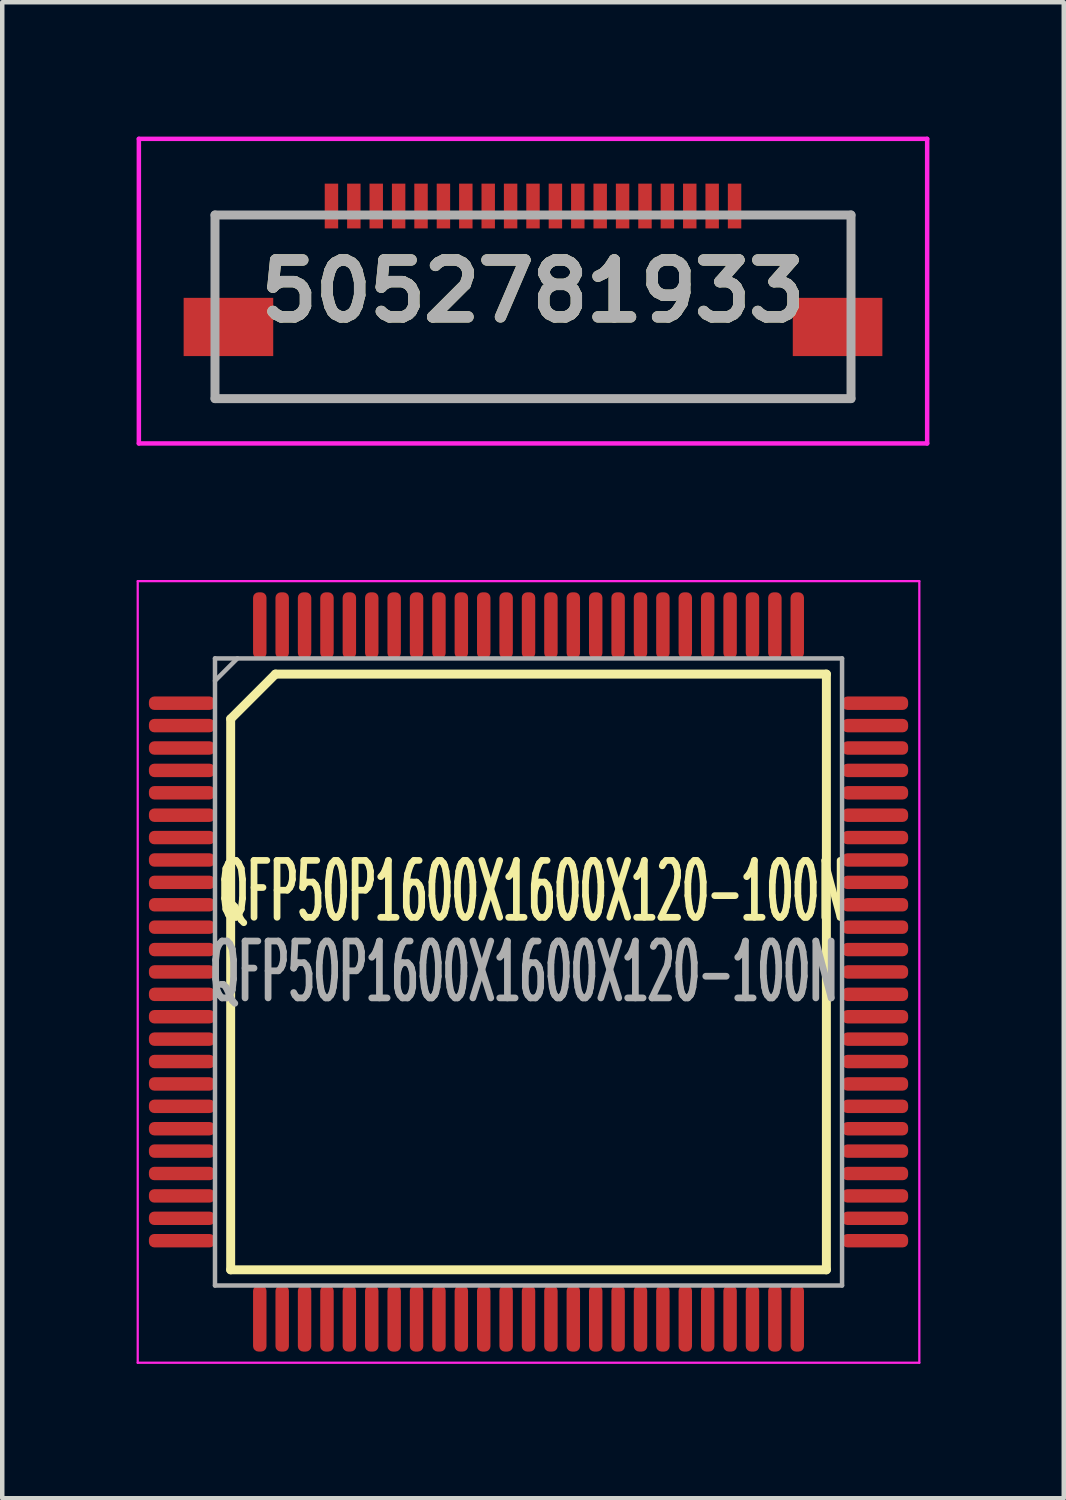
<source format=kicad_pcb>
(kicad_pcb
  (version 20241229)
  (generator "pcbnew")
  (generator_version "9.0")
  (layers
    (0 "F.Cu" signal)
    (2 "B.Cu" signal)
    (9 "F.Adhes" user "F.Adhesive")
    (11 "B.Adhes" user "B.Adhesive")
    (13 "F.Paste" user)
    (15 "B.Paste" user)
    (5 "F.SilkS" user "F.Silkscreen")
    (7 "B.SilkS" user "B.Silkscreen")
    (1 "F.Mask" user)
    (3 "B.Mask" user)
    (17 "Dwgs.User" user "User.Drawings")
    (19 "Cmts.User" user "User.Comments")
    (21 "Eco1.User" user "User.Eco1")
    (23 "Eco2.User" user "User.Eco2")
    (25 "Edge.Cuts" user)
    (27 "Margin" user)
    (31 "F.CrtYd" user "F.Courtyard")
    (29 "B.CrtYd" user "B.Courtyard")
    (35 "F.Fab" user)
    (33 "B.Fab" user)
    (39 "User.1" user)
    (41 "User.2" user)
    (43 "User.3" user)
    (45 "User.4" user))
  (footprint "5052781933"
    (layer "F.Cu")
    (at 8.85 3.7)
    (property "Reference" "5052781933" (at 0 -0.25 0) (layer "F.SilkS") (effects (font (size 1.27 1.27) (thickness 0.254))))
    (attr smd)
    (fp_line (start -7.1 -1.95) (end -5.5 -1.95) (stroke (width 0.1) (type solid)) (layer "F.SilkS"))
    (fp_line (start -7.1 -0.45) (end -7.1 -1.95) (stroke (width 0.1) (type solid)) (layer "F.SilkS"))
    (fp_line (start -7.1 2.15) (end -7.1 1.55) (stroke (width 0.1) (type solid)) (layer "F.SilkS"))
    (fp_line (start 5.5 -1.95) (end 7.1 -1.95) (stroke (width 0.1) (type solid)) (layer "F.SilkS"))
    (fp_line (start 7.1 -1.95) (end 7.1 -0.45) (stroke (width 0.1) (type solid)) (layer "F.SilkS"))
    (fp_line (start 7.1 1.55) (end 7.1 2.15) (stroke (width 0.1) (type solid)) (layer "F.SilkS"))
    (fp_line (start 7.1 2.15) (end -7.1 2.15) (stroke (width 0.1) (type solid)) (layer "F.SilkS"))
    (fp_line (start -8.8 -3.65) (end 8.8 -3.65) (stroke (width 0.1) (type solid)) (layer "F.CrtYd"))
    (fp_line (start -8.8 3.15) (end -8.8 -3.65) (stroke (width 0.1) (type solid)) (layer "F.CrtYd"))
    (fp_line (start 8.8 -3.65) (end 8.8 3.15) (stroke (width 0.1) (type solid)) (layer "F.CrtYd"))
    (fp_line (start 8.8 3.15) (end -8.8 3.15) (stroke (width 0.1) (type solid)) (layer "F.CrtYd"))
    (fp_line (start -7.1 -1.95) (end 7.1 -1.95) (stroke (width 0.2) (type solid)) (layer "F.Fab"))
    (fp_line (start -7.1 2.15) (end -7.1 -1.95) (stroke (width 0.2) (type solid)) (layer "F.Fab"))
    (fp_line (start 7.1 -1.95) (end 7.1 2.15) (stroke (width 0.2) (type solid)) (layer "F.Fab"))
    (fp_line (start 7.1 2.15) (end -7.1 2.15) (stroke (width 0.2) (type solid)) (layer "F.Fab"))
    (fp_text user "${REFERENCE}" (at 0 -0.25 0) (layer "F.Fab") (effects (font (size 1.27 1.27) (thickness 0.254))))
    (pad "1" smd rect (at -4.5 -2.15) (size 0.3 1) (layers "F.Cu" "F.Mask" "F.Paste"))
    (pad "2" smd rect (at -4 -2.15) (size 0.3 1) (layers "F.Cu" "F.Mask" "F.Paste"))
    (pad "3" smd rect (at -3.5 -2.15) (size 0.3 1) (layers "F.Cu" "F.Mask" "F.Paste"))
    (pad "4" smd rect (at -3 -2.15) (size 0.3 1) (layers "F.Cu" "F.Mask" "F.Paste"))
    (pad "5" smd rect (at -2.5 -2.15) (size 0.3 1) (layers "F.Cu" "F.Mask" "F.Paste"))
    (pad "6" smd rect (at -2 -2.15) (size 0.3 1) (layers "F.Cu" "F.Mask" "F.Paste"))
    (pad "7" smd rect (at -1.5 -2.15) (size 0.3 1) (layers "F.Cu" "F.Mask" "F.Paste"))
    (pad "8" smd rect (at -1 -2.15) (size 0.3 1) (layers "F.Cu" "F.Mask" "F.Paste"))
    (pad "9" smd rect (at -0.5 -2.15) (size 0.3 1) (layers "F.Cu" "F.Mask" "F.Paste"))
    (pad "10" smd rect (at 0 -2.15) (size 0.3 1) (layers "F.Cu" "F.Mask" "F.Paste"))
    (pad "11" smd rect (at 0.5 -2.15) (size 0.3 1) (layers "F.Cu" "F.Mask" "F.Paste"))
    (pad "12" smd rect (at 1 -2.15) (size 0.3 1) (layers "F.Cu" "F.Mask" "F.Paste"))
    (pad "13" smd rect (at 1.5 -2.15) (size 0.3 1) (layers "F.Cu" "F.Mask" "F.Paste"))
    (pad "14" smd rect (at 2 -2.15) (size 0.3 1) (layers "F.Cu" "F.Mask" "F.Paste"))
    (pad "15" smd rect (at 2.5 -2.15) (size 0.3 1) (layers "F.Cu" "F.Mask" "F.Paste"))
    (pad "16" smd rect (at 3 -2.15) (size 0.3 1) (layers "F.Cu" "F.Mask" "F.Paste"))
    (pad "17" smd rect (at 3.5 -2.15) (size 0.3 1) (layers "F.Cu" "F.Mask" "F.Paste"))
    (pad "18" smd rect (at 4 -2.15) (size 0.3 1) (layers "F.Cu" "F.Mask" "F.Paste"))
    (pad "19" smd rect (at 4.5 -2.15) (size 0.3 1) (layers "F.Cu" "F.Mask" "F.Paste"))
    (pad "MP1" smd rect (at -6.8 0.55 90) (size 1.3 2) (layers "F.Cu" "F.Mask" "F.Paste"))
    (pad "MP2" smd rect (at 6.8 0.55 90) (size 1.3 2) (layers "F.Cu" "F.Mask" "F.Paste")))
  (footprint "QFP50P1600X1600X120-100N"
    (layer "F.Cu")
    (at 8.75 18.65)
    (property "Reference" "QFP50P1600X1600X120-100N" (at 0.1 -1.8 180) (layer "F.SilkS") (effects (font (size 1.27 0.6) (thickness 0.15))))
    (attr smd)
    (fp_line (start -6.65 -5.65) (end -5.65 -6.65) (stroke (width 0.2) (type default)) (layer "F.SilkS"))
    (fp_line (start -6.65 6.65) (end -6.65 -5.65) (stroke (width 0.2) (type solid)) (layer "F.SilkS"))
    (fp_line (start 6.65 -6.65) (end -5.65 -6.65) (stroke (width 0.2) (type solid)) (layer "F.SilkS"))
    (fp_line (start 6.65 -6.65) (end 6.65 6.65) (stroke (width 0.2) (type solid)) (layer "F.SilkS"))
    (fp_line (start 6.65 6.65) (end -6.65 6.65) (stroke (width 0.2) (type solid)) (layer "F.SilkS"))
    (fp_line (start -8.725 -8.725) (end 8.725 -8.725) (stroke (width 0.05) (type solid)) (layer "F.CrtYd"))
    (fp_line (start -8.725 8.725) (end -8.725 -8.725) (stroke (width 0.05) (type solid)) (layer "F.CrtYd"))
    (fp_line (start 8.725 -8.725) (end 8.725 8.725) (stroke (width 0.05) (type solid)) (layer "F.CrtYd"))
    (fp_line (start 8.725 8.725) (end -8.725 8.725) (stroke (width 0.05) (type solid)) (layer "F.CrtYd"))
    (fp_line (start -7 -7) (end 7 -7) (stroke (width 0.1) (type solid)) (layer "F.Fab"))
    (fp_line (start -7 -6.5) (end -6.5 -7) (stroke (width 0.1) (type solid)) (layer "F.Fab"))
    (fp_line (start -7 7) (end -7 -7) (stroke (width 0.1) (type solid)) (layer "F.Fab"))
    (fp_line (start 7 -7) (end 7 7) (stroke (width 0.1) (type solid)) (layer "F.Fab"))
    (fp_line (start 7 7) (end -7 7) (stroke (width 0.1) (type solid)) (layer "F.Fab"))
    (fp_text user "${REFERENCE}" (at -0.1 0 180) (layer "F.Fab") (effects (font (size 1.27 0.6) (thickness 0.254))))
    (pad "1" smd roundrect (at -7.738 -6 90) (size 0.3 1.475) (layers "F.Cu" "F.Mask" "F.Paste") (roundrect_rratio 0.4))
    (pad "2" smd roundrect (at -7.738 -5.5 90) (size 0.3 1.475) (layers "F.Cu" "F.Mask" "F.Paste") (roundrect_rratio 0.4))
    (pad "3" smd roundrect (at -7.738 -5 90) (size 0.3 1.475) (layers "F.Cu" "F.Mask" "F.Paste") (roundrect_rratio 0.4))
    (pad "4" smd roundrect (at -7.738 -4.5 90) (size 0.3 1.475) (layers "F.Cu" "F.Mask" "F.Paste") (roundrect_rratio 0.4))
    (pad "5" smd roundrect (at -7.738 -4 90) (size 0.3 1.475) (layers "F.Cu" "F.Mask" "F.Paste") (roundrect_rratio 0.4))
    (pad "6" smd roundrect (at -7.738 -3.5 90) (size 0.3 1.475) (layers "F.Cu" "F.Mask" "F.Paste") (roundrect_rratio 0.4))
    (pad "7" smd roundrect (at -7.738 -3 90) (size 0.3 1.475) (layers "F.Cu" "F.Mask" "F.Paste") (roundrect_rratio 0.4))
    (pad "8" smd roundrect (at -7.738 -2.5 90) (size 0.3 1.475) (layers "F.Cu" "F.Mask" "F.Paste") (roundrect_rratio 0.4))
    (pad "9" smd roundrect (at -7.738 -2 90) (size 0.3 1.475) (layers "F.Cu" "F.Mask" "F.Paste") (roundrect_rratio 0.4))
    (pad "10" smd roundrect (at -7.738 -1.5 90) (size 0.3 1.475) (layers "F.Cu" "F.Mask" "F.Paste") (roundrect_rratio 0.4))
    (pad "11" smd roundrect (at -7.738 -1 90) (size 0.3 1.475) (layers "F.Cu" "F.Mask" "F.Paste") (roundrect_rratio 0.4))
    (pad "12" smd roundrect (at -7.738 -0.5 90) (size 0.3 1.475) (layers "F.Cu" "F.Mask" "F.Paste") (roundrect_rratio 0.4))
    (pad "13" smd roundrect (at -7.738 0 90) (size 0.3 1.475) (layers "F.Cu" "F.Mask" "F.Paste") (roundrect_rratio 0.4))
    (pad "14" smd roundrect (at -7.738 0.5 90) (size 0.3 1.475) (layers "F.Cu" "F.Mask" "F.Paste") (roundrect_rratio 0.4))
    (pad "15" smd roundrect (at -7.738 1 90) (size 0.3 1.475) (layers "F.Cu" "F.Mask" "F.Paste") (roundrect_rratio 0.4))
    (pad "16" smd roundrect (at -7.738 1.5 90) (size 0.3 1.475) (layers "F.Cu" "F.Mask" "F.Paste") (roundrect_rratio 0.4))
    (pad "17" smd roundrect (at -7.738 2 90) (size 0.3 1.475) (layers "F.Cu" "F.Mask" "F.Paste") (roundrect_rratio 0.4))
    (pad "18" smd roundrect (at -7.738 2.5 90) (size 0.3 1.475) (layers "F.Cu" "F.Mask" "F.Paste") (roundrect_rratio 0.4))
    (pad "19" smd roundrect (at -7.738 3 90) (size 0.3 1.475) (layers "F.Cu" "F.Mask" "F.Paste") (roundrect_rratio 0.4))
    (pad "20" smd roundrect (at -7.738 3.5 90) (size 0.3 1.475) (layers "F.Cu" "F.Mask" "F.Paste") (roundrect_rratio 0.4))
    (pad "21" smd roundrect (at -7.738 4 90) (size 0.3 1.475) (layers "F.Cu" "F.Mask" "F.Paste") (roundrect_rratio 0.4))
    (pad "22" smd roundrect (at -7.738 4.5 90) (size 0.3 1.475) (layers "F.Cu" "F.Mask" "F.Paste") (roundrect_rratio 0.4))
    (pad "23" smd roundrect (at -7.738 5 90) (size 0.3 1.475) (layers "F.Cu" "F.Mask" "F.Paste") (roundrect_rratio 0.4))
    (pad "24" smd roundrect (at -7.738 5.5 90) (size 0.3 1.475) (layers "F.Cu" "F.Mask" "F.Paste") (roundrect_rratio 0.4))
    (pad "25" smd roundrect (at -7.738 6 90) (size 0.3 1.475) (layers "F.Cu" "F.Mask" "F.Paste") (roundrect_rratio 0.4))
    (pad "26" smd roundrect (at -6 7.738) (size 0.3 1.475) (layers "F.Cu" "F.Mask" "F.Paste") (roundrect_rratio 0.4))
    (pad "27" smd roundrect (at -5.5 7.738) (size 0.3 1.475) (layers "F.Cu" "F.Mask" "F.Paste") (roundrect_rratio 0.4))
    (pad "28" smd roundrect (at -5 7.738) (size 0.3 1.475) (layers "F.Cu" "F.Mask" "F.Paste") (roundrect_rratio 0.4))
    (pad "29" smd roundrect (at -4.5 7.738) (size 0.3 1.475) (layers "F.Cu" "F.Mask" "F.Paste") (roundrect_rratio 0.4))
    (pad "30" smd roundrect (at -4 7.738) (size 0.3 1.475) (layers "F.Cu" "F.Mask" "F.Paste") (roundrect_rratio 0.4))
    (pad "31" smd roundrect (at -3.5 7.738) (size 0.3 1.475) (layers "F.Cu" "F.Mask" "F.Paste") (roundrect_rratio 0.4))
    (pad "32" smd roundrect (at -3 7.738) (size 0.3 1.475) (layers "F.Cu" "F.Mask" "F.Paste") (roundrect_rratio 0.4))
    (pad "33" smd roundrect (at -2.5 7.738) (size 0.3 1.475) (layers "F.Cu" "F.Mask" "F.Paste") (roundrect_rratio 0.4))
    (pad "34" smd roundrect (at -2 7.738) (size 0.3 1.475) (layers "F.Cu" "F.Mask" "F.Paste") (roundrect_rratio 0.4))
    (pad "35" smd roundrect (at -1.5 7.738) (size 0.3 1.475) (layers "F.Cu" "F.Mask" "F.Paste") (roundrect_rratio 0.4))
    (pad "36" smd roundrect (at -1 7.738) (size 0.3 1.475) (layers "F.Cu" "F.Mask" "F.Paste") (roundrect_rratio 0.4))
    (pad "37" smd roundrect (at -0.5 7.738) (size 0.3 1.475) (layers "F.Cu" "F.Mask" "F.Paste") (roundrect_rratio 0.4))
    (pad "38" smd roundrect (at 0 7.738) (size 0.3 1.475) (layers "F.Cu" "F.Mask" "F.Paste") (roundrect_rratio 0.4))
    (pad "39" smd roundrect (at 0.5 7.738) (size 0.3 1.475) (layers "F.Cu" "F.Mask" "F.Paste") (roundrect_rratio 0.4))
    (pad "40" smd roundrect (at 1 7.738) (size 0.3 1.475) (layers "F.Cu" "F.Mask" "F.Paste") (roundrect_rratio 0.4))
    (pad "41" smd roundrect (at 1.5 7.738) (size 0.3 1.475) (layers "F.Cu" "F.Mask" "F.Paste") (roundrect_rratio 0.4))
    (pad "42" smd roundrect (at 2 7.738) (size 0.3 1.475) (layers "F.Cu" "F.Mask" "F.Paste") (roundrect_rratio 0.4))
    (pad "43" smd roundrect (at 2.5 7.738) (size 0.3 1.475) (layers "F.Cu" "F.Mask" "F.Paste") (roundrect_rratio 0.4))
    (pad "44" smd roundrect (at 3 7.738) (size 0.3 1.475) (layers "F.Cu" "F.Mask" "F.Paste") (roundrect_rratio 0.4))
    (pad "45" smd roundrect (at 3.5 7.738) (size 0.3 1.475) (layers "F.Cu" "F.Mask" "F.Paste") (roundrect_rratio 0.4))
    (pad "46" smd roundrect (at 4 7.738) (size 0.3 1.475) (layers "F.Cu" "F.Mask" "F.Paste") (roundrect_rratio 0.4))
    (pad "47" smd roundrect (at 4.5 7.738) (size 0.3 1.475) (layers "F.Cu" "F.Mask" "F.Paste") (roundrect_rratio 0.4))
    (pad "48" smd roundrect (at 5 7.738) (size 0.3 1.475) (layers "F.Cu" "F.Mask" "F.Paste") (roundrect_rratio 0.4))
    (pad "49" smd roundrect (at 5.5 7.738) (size 0.3 1.475) (layers "F.Cu" "F.Mask" "F.Paste") (roundrect_rratio 0.4))
    (pad "50" smd roundrect (at 6 7.738) (size 0.3 1.475) (layers "F.Cu" "F.Mask" "F.Paste") (roundrect_rratio 0.4))
    (pad "51" smd roundrect (at 7.738 6 90) (size 0.3 1.475) (layers "F.Cu" "F.Mask" "F.Paste") (roundrect_rratio 0.4))
    (pad "52" smd roundrect (at 7.738 5.5 90) (size 0.3 1.475) (layers "F.Cu" "F.Mask" "F.Paste") (roundrect_rratio 0.4))
    (pad "53" smd roundrect (at 7.738 5 90) (size 0.3 1.475) (layers "F.Cu" "F.Mask" "F.Paste") (roundrect_rratio 0.4))
    (pad "54" smd roundrect (at 7.738 4.5 90) (size 0.3 1.475) (layers "F.Cu" "F.Mask" "F.Paste") (roundrect_rratio 0.4))
    (pad "55" smd roundrect (at 7.738 4 90) (size 0.3 1.475) (layers "F.Cu" "F.Mask" "F.Paste") (roundrect_rratio 0.4))
    (pad "56" smd roundrect (at 7.738 3.5 90) (size 0.3 1.475) (layers "F.Cu" "F.Mask" "F.Paste") (roundrect_rratio 0.4))
    (pad "57" smd roundrect (at 7.738 3 90) (size 0.3 1.475) (layers "F.Cu" "F.Mask" "F.Paste") (roundrect_rratio 0.4))
    (pad "58" smd roundrect (at 7.738 2.5 90) (size 0.3 1.475) (layers "F.Cu" "F.Mask" "F.Paste") (roundrect_rratio 0.4))
    (pad "59" smd roundrect (at 7.738 2 90) (size 0.3 1.475) (layers "F.Cu" "F.Mask" "F.Paste") (roundrect_rratio 0.4))
    (pad "60" smd roundrect (at 7.738 1.5 90) (size 0.3 1.475) (layers "F.Cu" "F.Mask" "F.Paste") (roundrect_rratio 0.4))
    (pad "61" smd roundrect (at 7.738 1 90) (size 0.3 1.475) (layers "F.Cu" "F.Mask" "F.Paste") (roundrect_rratio 0.4))
    (pad "62" smd roundrect (at 7.738 0.5 90) (size 0.3 1.475) (layers "F.Cu" "F.Mask" "F.Paste") (roundrect_rratio 0.4))
    (pad "63" smd roundrect (at 7.738 0 90) (size 0.3 1.475) (layers "F.Cu" "F.Mask" "F.Paste") (roundrect_rratio 0.4))
    (pad "64" smd roundrect (at 7.738 -0.5 90) (size 0.3 1.475) (layers "F.Cu" "F.Mask" "F.Paste") (roundrect_rratio 0.4))
    (pad "65" smd roundrect (at 7.738 -1 90) (size 0.3 1.475) (layers "F.Cu" "F.Mask" "F.Paste") (roundrect_rratio 0.4))
    (pad "66" smd roundrect (at 7.738 -1.5 90) (size 0.3 1.475) (layers "F.Cu" "F.Mask" "F.Paste") (roundrect_rratio 0.4))
    (pad "67" smd roundrect (at 7.738 -2 90) (size 0.3 1.475) (layers "F.Cu" "F.Mask" "F.Paste") (roundrect_rratio 0.4))
    (pad "68" smd roundrect (at 7.738 -2.5 90) (size 0.3 1.475) (layers "F.Cu" "F.Mask" "F.Paste") (roundrect_rratio 0.4))
    (pad "69" smd roundrect (at 7.738 -3 90) (size 0.3 1.475) (layers "F.Cu" "F.Mask" "F.Paste") (roundrect_rratio 0.4))
    (pad "70" smd roundrect (at 7.738 -3.5 90) (size 0.3 1.475) (layers "F.Cu" "F.Mask" "F.Paste") (roundrect_rratio 0.4))
    (pad "71" smd roundrect (at 7.738 -4 90) (size 0.3 1.475) (layers "F.Cu" "F.Mask" "F.Paste") (roundrect_rratio 0.4))
    (pad "72" smd roundrect (at 7.738 -4.5 90) (size 0.3 1.475) (layers "F.Cu" "F.Mask" "F.Paste") (roundrect_rratio 0.4))
    (pad "73" smd roundrect (at 7.738 -5 90) (size 0.3 1.475) (layers "F.Cu" "F.Mask" "F.Paste") (roundrect_rratio 0.4))
    (pad "74" smd roundrect (at 7.738 -5.5 90) (size 0.3 1.475) (layers "F.Cu" "F.Mask" "F.Paste") (roundrect_rratio 0.4))
    (pad "75" smd roundrect (at 7.738 -6 90) (size 0.3 1.475) (layers "F.Cu" "F.Mask" "F.Paste") (roundrect_rratio 0.4))
    (pad "76" smd roundrect (at 6 -7.738) (size 0.3 1.475) (layers "F.Cu" "F.Mask" "F.Paste") (roundrect_rratio 0.4))
    (pad "77" smd roundrect (at 5.5 -7.738) (size 0.3 1.475) (layers "F.Cu" "F.Mask" "F.Paste") (roundrect_rratio 0.4))
    (pad "78" smd roundrect (at 5 -7.738) (size 0.3 1.475) (layers "F.Cu" "F.Mask" "F.Paste") (roundrect_rratio 0.4))
    (pad "79" smd roundrect (at 4.5 -7.738) (size 0.3 1.475) (layers "F.Cu" "F.Mask" "F.Paste") (roundrect_rratio 0.4))
    (pad "80" smd roundrect (at 4 -7.738) (size 0.3 1.475) (layers "F.Cu" "F.Mask" "F.Paste") (roundrect_rratio 0.4))
    (pad "81" smd roundrect (at 3.5 -7.738) (size 0.3 1.475) (layers "F.Cu" "F.Mask" "F.Paste") (roundrect_rratio 0.4))
    (pad "82" smd roundrect (at 3 -7.738) (size 0.3 1.475) (layers "F.Cu" "F.Mask" "F.Paste") (roundrect_rratio 0.4))
    (pad "83" smd roundrect (at 2.5 -7.738) (size 0.3 1.475) (layers "F.Cu" "F.Mask" "F.Paste") (roundrect_rratio 0.4))
    (pad "84" smd roundrect (at 2 -7.738) (size 0.3 1.475) (layers "F.Cu" "F.Mask" "F.Paste") (roundrect_rratio 0.4))
    (pad "85" smd roundrect (at 1.5 -7.738) (size 0.3 1.475) (layers "F.Cu" "F.Mask" "F.Paste") (roundrect_rratio 0.4))
    (pad "86" smd roundrect (at 1 -7.738) (size 0.3 1.475) (layers "F.Cu" "F.Mask" "F.Paste") (roundrect_rratio 0.4))
    (pad "87" smd roundrect (at 0.5 -7.738) (size 0.3 1.475) (layers "F.Cu" "F.Mask" "F.Paste") (roundrect_rratio 0.4))
    (pad "88" smd roundrect (at 0 -7.738) (size 0.3 1.475) (layers "F.Cu" "F.Mask" "F.Paste") (roundrect_rratio 0.4))
    (pad "89" smd roundrect (at -0.5 -7.738) (size 0.3 1.475) (layers "F.Cu" "F.Mask" "F.Paste") (roundrect_rratio 0.4))
    (pad "90" smd roundrect (at -1 -7.738) (size 0.3 1.475) (layers "F.Cu" "F.Mask" "F.Paste") (roundrect_rratio 0.4))
    (pad "91" smd roundrect (at -1.5 -7.738) (size 0.3 1.475) (layers "F.Cu" "F.Mask" "F.Paste") (roundrect_rratio 0.4))
    (pad "92" smd roundrect (at -2 -7.738) (size 0.3 1.475) (layers "F.Cu" "F.Mask" "F.Paste") (roundrect_rratio 0.4))
    (pad "93" smd roundrect (at -2.5 -7.738) (size 0.3 1.475) (layers "F.Cu" "F.Mask" "F.Paste") (roundrect_rratio 0.4))
    (pad "94" smd roundrect (at -3 -7.738) (size 0.3 1.475) (layers "F.Cu" "F.Mask" "F.Paste") (roundrect_rratio 0.4))
    (pad "95" smd roundrect (at -3.5 -7.738) (size 0.3 1.475) (layers "F.Cu" "F.Mask" "F.Paste") (roundrect_rratio 0.4))
    (pad "96" smd roundrect (at -4 -7.738) (size 0.3 1.475) (layers "F.Cu" "F.Mask" "F.Paste") (roundrect_rratio 0.4))
    (pad "97" smd roundrect (at -4.5 -7.738) (size 0.3 1.475) (layers "F.Cu" "F.Mask" "F.Paste") (roundrect_rratio 0.4))
    (pad "98" smd roundrect (at -5 -7.738) (size 0.3 1.475) (layers "F.Cu" "F.Mask" "F.Paste") (roundrect_rratio 0.4))
    (pad "99" smd roundrect (at -5.5 -7.738) (size 0.3 1.475) (layers "F.Cu" "F.Mask" "F.Paste") (roundrect_rratio 0.4))
    (pad "100" smd roundrect (at -6 -7.738) (size 0.3 1.475) (layers "F.Cu" "F.Mask" "F.Paste") (roundrect_rratio 0.4)))
  (gr_rect
    (start -3 -3)
    (end 20.7 30.4)
    (stroke (width 0.1) (type default))
    (fill no)
    (layer "Edge.Cuts")))
</source>
